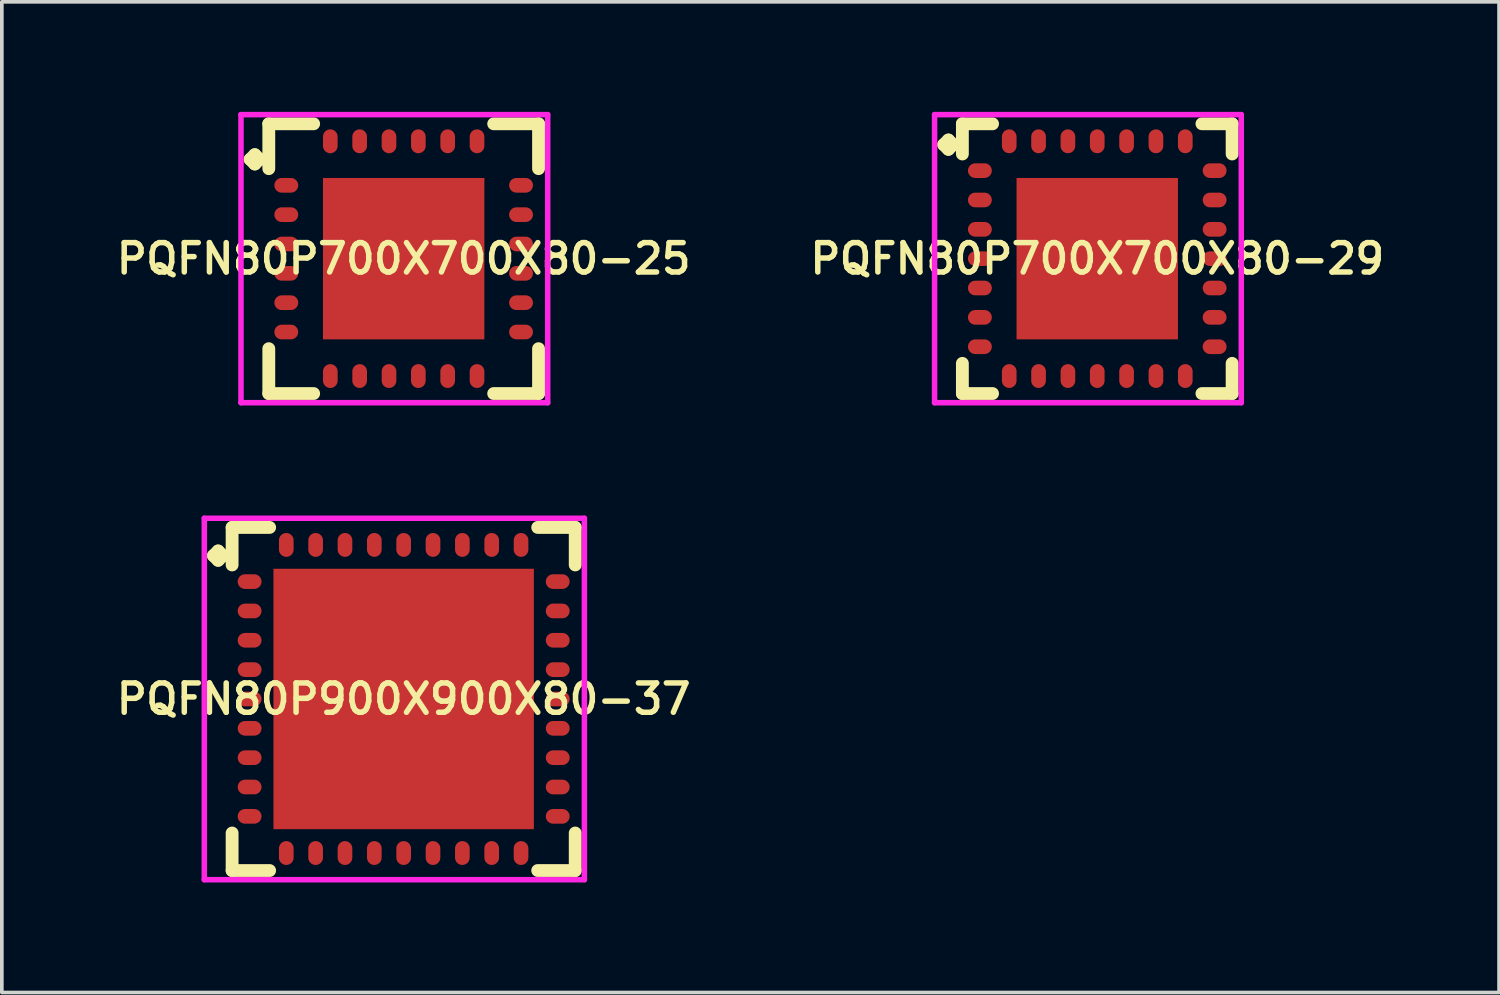
<source format=kicad_pcb>
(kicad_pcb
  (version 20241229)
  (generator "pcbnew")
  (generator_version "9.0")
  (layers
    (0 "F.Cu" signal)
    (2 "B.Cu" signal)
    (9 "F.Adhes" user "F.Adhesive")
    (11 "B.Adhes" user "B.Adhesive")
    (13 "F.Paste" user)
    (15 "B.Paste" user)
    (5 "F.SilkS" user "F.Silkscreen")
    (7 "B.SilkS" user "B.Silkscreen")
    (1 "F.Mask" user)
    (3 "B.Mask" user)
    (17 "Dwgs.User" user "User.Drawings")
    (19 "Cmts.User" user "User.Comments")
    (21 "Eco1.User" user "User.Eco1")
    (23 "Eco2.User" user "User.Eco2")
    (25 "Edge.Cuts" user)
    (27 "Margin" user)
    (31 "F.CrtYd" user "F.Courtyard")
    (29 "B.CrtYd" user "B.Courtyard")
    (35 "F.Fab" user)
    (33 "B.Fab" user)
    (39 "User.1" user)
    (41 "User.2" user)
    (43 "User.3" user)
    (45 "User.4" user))
  (footprint "PQFN80P700X700X80-29"
    (layer "F.Cu")
    (at 26.864 4.002)
    (property "Reference" "PQFN80P700X700X80-29" (at 0 0 0) (layer "F.SilkS") (effects (font (size 0.8 0.8) (thickness 0.15))))
    (attr smd)
    (fp_line (start -4.185 -3.108) (end -4.058 -3.235) (stroke (width 0.35) (type solid)) (layer "F.SilkS"))
    (fp_line (start -4.058 -3.235) (end -3.931 -3.108) (stroke (width 0.35) (type solid)) (layer "F.SilkS"))
    (fp_line (start -4.058 -2.981) (end -4.185 -3.108) (stroke (width 0.35) (type solid)) (layer "F.SilkS"))
    (fp_line (start -3.931 -3.108) (end -4.058 -2.981) (stroke (width 0.35) (type solid)) (layer "F.SilkS"))
    (fp_line (start -3.677 -3.677) (end -2.854 -3.677) (stroke (width 0.35) (type solid)) (layer "F.SilkS"))
    (fp_line (start -3.677 -2.854) (end -3.677 -3.677) (stroke (width 0.35) (type solid)) (layer "F.SilkS"))
    (fp_line (start -3.677 2.854) (end -3.677 3.677) (stroke (width 0.35) (type solid)) (layer "F.SilkS"))
    (fp_line (start -3.677 3.677) (end -2.854 3.677) (stroke (width 0.35) (type solid)) (layer "F.SilkS"))
    (fp_line (start 2.854 -3.677) (end 3.677 -3.677) (stroke (width 0.35) (type solid)) (layer "F.SilkS"))
    (fp_line (start 2.854 3.677) (end 3.677 3.677) (stroke (width 0.35) (type solid)) (layer "F.SilkS"))
    (fp_line (start 3.677 -3.677) (end 3.677 -2.854) (stroke (width 0.35) (type solid)) (layer "F.SilkS"))
    (fp_line (start 3.677 3.677) (end 3.677 2.854) (stroke (width 0.35) (type solid)) (layer "F.SilkS"))
    (fp_line (start -4.435 -3.927) (end 3.927 -3.927) (stroke (width 0.15) (type solid)) (layer "F.CrtYd"))
    (fp_line (start -4.435 3.927) (end -4.435 -3.927) (stroke (width 0.15) (type solid)) (layer "F.CrtYd"))
    (fp_line (start 3.927 -3.927) (end 3.927 3.927) (stroke (width 0.15) (type solid)) (layer "F.CrtYd"))
    (fp_line (start 3.927 3.927) (end -4.435 3.927) (stroke (width 0.15) (type solid)) (layer "F.CrtYd"))
    (pad "1" smd oval (at -3.2 -2.4) (size 0.65 0.4) (layers "F.Cu" "F.Mask" "F.Paste"))
    (pad "2" smd oval (at -3.2 -1.6) (size 0.65 0.4) (layers "F.Cu" "F.Mask" "F.Paste"))
    (pad "3" smd oval (at -3.2 -0.8) (size 0.65 0.4) (layers "F.Cu" "F.Mask" "F.Paste"))
    (pad "4" smd oval (at -3.2 0) (size 0.65 0.4) (layers "F.Cu" "F.Mask" "F.Paste"))
    (pad "5" smd oval (at -3.2 0.8) (size 0.65 0.4) (layers "F.Cu" "F.Mask" "F.Paste"))
    (pad "6" smd oval (at -3.2 1.6) (size 0.65 0.4) (layers "F.Cu" "F.Mask" "F.Paste"))
    (pad "7" smd oval (at -3.2 2.4) (size 0.65 0.4) (layers "F.Cu" "F.Mask" "F.Paste"))
    (pad "8" smd oval (at -2.4 3.2) (size 0.4 0.65) (layers "F.Cu" "F.Mask" "F.Paste"))
    (pad "9" smd oval (at -1.6 3.2) (size 0.4 0.65) (layers "F.Cu" "F.Mask" "F.Paste"))
    (pad "10" smd oval (at -0.8 3.2) (size 0.4 0.65) (layers "F.Cu" "F.Mask" "F.Paste"))
    (pad "11" smd oval (at 0 3.2) (size 0.4 0.65) (layers "F.Cu" "F.Mask" "F.Paste"))
    (pad "12" smd oval (at 0.8 3.2) (size 0.4 0.65) (layers "F.Cu" "F.Mask" "F.Paste"))
    (pad "13" smd oval (at 1.6 3.2) (size 0.4 0.65) (layers "F.Cu" "F.Mask" "F.Paste"))
    (pad "14" smd oval (at 2.4 3.2) (size 0.4 0.65) (layers "F.Cu" "F.Mask" "F.Paste"))
    (pad "15" smd oval (at 3.2 2.4) (size 0.65 0.4) (layers "F.Cu" "F.Mask" "F.Paste"))
    (pad "16" smd oval (at 3.2 1.6) (size 0.65 0.4) (layers "F.Cu" "F.Mask" "F.Paste"))
    (pad "17" smd oval (at 3.2 0.8) (size 0.65 0.4) (layers "F.Cu" "F.Mask" "F.Paste"))
    (pad "18" smd oval (at 3.2 0) (size 0.65 0.4) (layers "F.Cu" "F.Mask" "F.Paste"))
    (pad "19" smd oval (at 3.2 -0.8) (size 0.65 0.4) (layers "F.Cu" "F.Mask" "F.Paste"))
    (pad "20" smd oval (at 3.2 -1.6) (size 0.65 0.4) (layers "F.Cu" "F.Mask" "F.Paste"))
    (pad "21" smd oval (at 3.2 -2.4) (size 0.65 0.4) (layers "F.Cu" "F.Mask" "F.Paste"))
    (pad "22" smd oval (at 2.4 -3.2) (size 0.4 0.65) (layers "F.Cu" "F.Mask" "F.Paste"))
    (pad "23" smd oval (at 1.6 -3.2) (size 0.4 0.65) (layers "F.Cu" "F.Mask" "F.Paste"))
    (pad "24" smd oval (at 0.8 -3.2) (size 0.4 0.65) (layers "F.Cu" "F.Mask" "F.Paste"))
    (pad "25" smd oval (at 0 -3.2) (size 0.4 0.65) (layers "F.Cu" "F.Mask" "F.Paste"))
    (pad "26" smd oval (at -0.8 -3.2) (size 0.4 0.65) (layers "F.Cu" "F.Mask" "F.Paste"))
    (pad "27" smd oval (at -1.6 -3.2) (size 0.4 0.65) (layers "F.Cu" "F.Mask" "F.Paste"))
    (pad "28" smd oval (at -2.4 -3.2) (size 0.4 0.65) (layers "F.Cu" "F.Mask" "F.Paste"))
    (pad "29" smd rect (at 0 0) (size 4.4 4.4) (layers "F.Cu" "F.Mask" "F.Paste")))
  (footprint "PQFN80P900X900X80-37"
    (layer "F.Cu")
    (at 7.955 16.006)
    (property "Reference" "PQFN80P900X900X80-37" (at 0 0 0) (layer "F.SilkS") (effects (font (size 0.8 0.8) (thickness 0.15))))
    (attr smd)
    (fp_line (start -5.185 -3.908) (end -5.058 -4.035) (stroke (width 0.35) (type solid)) (layer "F.SilkS"))
    (fp_line (start -5.058 -4.035) (end -4.931 -3.908) (stroke (width 0.35) (type solid)) (layer "F.SilkS"))
    (fp_line (start -5.058 -3.781) (end -5.185 -3.908) (stroke (width 0.35) (type solid)) (layer "F.SilkS"))
    (fp_line (start -4.931 -3.908) (end -5.058 -3.781) (stroke (width 0.35) (type solid)) (layer "F.SilkS"))
    (fp_line (start -4.677 -4.677) (end -3.654 -4.677) (stroke (width 0.35) (type solid)) (layer "F.SilkS"))
    (fp_line (start -4.677 -3.654) (end -4.677 -4.677) (stroke (width 0.35) (type solid)) (layer "F.SilkS"))
    (fp_line (start -4.677 3.654) (end -4.677 4.677) (stroke (width 0.35) (type solid)) (layer "F.SilkS"))
    (fp_line (start -4.677 4.677) (end -3.654 4.677) (stroke (width 0.35) (type solid)) (layer "F.SilkS"))
    (fp_line (start 3.654 -4.677) (end 4.677 -4.677) (stroke (width 0.35) (type solid)) (layer "F.SilkS"))
    (fp_line (start 3.654 4.677) (end 4.677 4.677) (stroke (width 0.35) (type solid)) (layer "F.SilkS"))
    (fp_line (start 4.677 -4.677) (end 4.677 -3.654) (stroke (width 0.35) (type solid)) (layer "F.SilkS"))
    (fp_line (start 4.677 4.677) (end 4.677 3.654) (stroke (width 0.35) (type solid)) (layer "F.SilkS"))
    (fp_line (start -5.435 -4.927) (end 4.927 -4.927) (stroke (width 0.15) (type solid)) (layer "F.CrtYd"))
    (fp_line (start -5.435 4.927) (end -5.435 -4.927) (stroke (width 0.15) (type solid)) (layer "F.CrtYd"))
    (fp_line (start 4.927 -4.927) (end 4.927 4.927) (stroke (width 0.15) (type solid)) (layer "F.CrtYd"))
    (fp_line (start 4.927 4.927) (end -5.435 4.927) (stroke (width 0.15) (type solid)) (layer "F.CrtYd"))
    (pad "1" smd oval (at -4.2 -3.2) (size 0.65 0.4) (layers "F.Cu" "F.Mask" "F.Paste"))
    (pad "2" smd oval (at -4.2 -2.4) (size 0.65 0.4) (layers "F.Cu" "F.Mask" "F.Paste"))
    (pad "3" smd oval (at -4.2 -1.6) (size 0.65 0.4) (layers "F.Cu" "F.Mask" "F.Paste"))
    (pad "4" smd oval (at -4.2 -0.8) (size 0.65 0.4) (layers "F.Cu" "F.Mask" "F.Paste"))
    (pad "5" smd oval (at -4.2 0) (size 0.65 0.4) (layers "F.Cu" "F.Mask" "F.Paste"))
    (pad "6" smd oval (at -4.2 0.8) (size 0.65 0.4) (layers "F.Cu" "F.Mask" "F.Paste"))
    (pad "7" smd oval (at -4.2 1.6) (size 0.65 0.4) (layers "F.Cu" "F.Mask" "F.Paste"))
    (pad "8" smd oval (at -4.2 2.4) (size 0.65 0.4) (layers "F.Cu" "F.Mask" "F.Paste"))
    (pad "9" smd oval (at -4.2 3.2) (size 0.65 0.4) (layers "F.Cu" "F.Mask" "F.Paste"))
    (pad "10" smd oval (at -3.2 4.2) (size 0.4 0.65) (layers "F.Cu" "F.Mask" "F.Paste"))
    (pad "11" smd oval (at -2.4 4.2) (size 0.4 0.65) (layers "F.Cu" "F.Mask" "F.Paste"))
    (pad "12" smd oval (at -1.6 4.2) (size 0.4 0.65) (layers "F.Cu" "F.Mask" "F.Paste"))
    (pad "13" smd oval (at -0.8 4.2) (size 0.4 0.65) (layers "F.Cu" "F.Mask" "F.Paste"))
    (pad "14" smd oval (at 0 4.2) (size 0.4 0.65) (layers "F.Cu" "F.Mask" "F.Paste"))
    (pad "15" smd oval (at 0.8 4.2) (size 0.4 0.65) (layers "F.Cu" "F.Mask" "F.Paste"))
    (pad "16" smd oval (at 1.6 4.2) (size 0.4 0.65) (layers "F.Cu" "F.Mask" "F.Paste"))
    (pad "17" smd oval (at 2.4 4.2) (size 0.4 0.65) (layers "F.Cu" "F.Mask" "F.Paste"))
    (pad "18" smd oval (at 3.2 4.2) (size 0.4 0.65) (layers "F.Cu" "F.Mask" "F.Paste"))
    (pad "19" smd oval (at 4.2 3.2) (size 0.65 0.4) (layers "F.Cu" "F.Mask" "F.Paste"))
    (pad "20" smd oval (at 4.2 2.4) (size 0.65 0.4) (layers "F.Cu" "F.Mask" "F.Paste"))
    (pad "21" smd oval (at 4.2 1.6) (size 0.65 0.4) (layers "F.Cu" "F.Mask" "F.Paste"))
    (pad "22" smd oval (at 4.2 0.8) (size 0.65 0.4) (layers "F.Cu" "F.Mask" "F.Paste"))
    (pad "23" smd oval (at 4.2 0) (size 0.65 0.4) (layers "F.Cu" "F.Mask" "F.Paste"))
    (pad "24" smd oval (at 4.2 -0.8) (size 0.65 0.4) (layers "F.Cu" "F.Mask" "F.Paste"))
    (pad "25" smd oval (at 4.2 -1.6) (size 0.65 0.4) (layers "F.Cu" "F.Mask" "F.Paste"))
    (pad "26" smd oval (at 4.2 -2.4) (size 0.65 0.4) (layers "F.Cu" "F.Mask" "F.Paste"))
    (pad "27" smd oval (at 4.2 -3.2) (size 0.65 0.4) (layers "F.Cu" "F.Mask" "F.Paste"))
    (pad "28" smd oval (at 3.2 -4.2) (size 0.4 0.65) (layers "F.Cu" "F.Mask" "F.Paste"))
    (pad "29" smd oval (at 2.4 -4.2) (size 0.4 0.65) (layers "F.Cu" "F.Mask" "F.Paste"))
    (pad "30" smd oval (at 1.6 -4.2) (size 0.4 0.65) (layers "F.Cu" "F.Mask" "F.Paste"))
    (pad "31" smd oval (at 0.8 -4.2) (size 0.4 0.65) (layers "F.Cu" "F.Mask" "F.Paste"))
    (pad "32" smd oval (at 0 -4.2) (size 0.4 0.65) (layers "F.Cu" "F.Mask" "F.Paste"))
    (pad "33" smd oval (at -0.8 -4.2) (size 0.4 0.65) (layers "F.Cu" "F.Mask" "F.Paste"))
    (pad "34" smd oval (at -1.6 -4.2) (size 0.4 0.65) (layers "F.Cu" "F.Mask" "F.Paste"))
    (pad "35" smd oval (at -2.4 -4.2) (size 0.4 0.65) (layers "F.Cu" "F.Mask" "F.Paste"))
    (pad "36" smd oval (at -3.2 -4.2) (size 0.4 0.65) (layers "F.Cu" "F.Mask" "F.Paste"))
    (pad "37" smd rect (at 0 0) (size 7.1 7.1) (layers "F.Cu" "F.Mask" "F.Paste")))
  (footprint "PQFN80P700X700X80-25"
    (layer "F.Cu")
    (at 7.955 4.002)
    (property "Reference" "PQFN80P700X700X80-25" (at 0 0 0) (layer "F.SilkS") (effects (font (size 0.8 0.8) (thickness 0.15))))
    (attr smd)
    (fp_line (start -4.185 -2.708) (end -4.058 -2.835) (stroke (width 0.35) (type solid)) (layer "F.SilkS"))
    (fp_line (start -4.058 -2.835) (end -3.931 -2.708) (stroke (width 0.35) (type solid)) (layer "F.SilkS"))
    (fp_line (start -4.058 -2.581) (end -4.185 -2.708) (stroke (width 0.35) (type solid)) (layer "F.SilkS"))
    (fp_line (start -3.931 -2.708) (end -4.058 -2.581) (stroke (width 0.35) (type solid)) (layer "F.SilkS"))
    (fp_line (start -3.677 -3.677) (end -2.454 -3.677) (stroke (width 0.35) (type solid)) (layer "F.SilkS"))
    (fp_line (start -3.677 -2.454) (end -3.677 -3.677) (stroke (width 0.35) (type solid)) (layer "F.SilkS"))
    (fp_line (start -3.677 2.454) (end -3.677 3.677) (stroke (width 0.35) (type solid)) (layer "F.SilkS"))
    (fp_line (start -3.677 3.677) (end -2.454 3.677) (stroke (width 0.35) (type solid)) (layer "F.SilkS"))
    (fp_line (start 2.454 -3.677) (end 3.677 -3.677) (stroke (width 0.35) (type solid)) (layer "F.SilkS"))
    (fp_line (start 2.454 3.677) (end 3.677 3.677) (stroke (width 0.35) (type solid)) (layer "F.SilkS"))
    (fp_line (start 3.677 -3.677) (end 3.677 -2.454) (stroke (width 0.35) (type solid)) (layer "F.SilkS"))
    (fp_line (start 3.677 3.677) (end 3.677 2.454) (stroke (width 0.35) (type solid)) (layer "F.SilkS"))
    (fp_line (start -4.435 -3.927) (end 3.927 -3.927) (stroke (width 0.15) (type solid)) (layer "F.CrtYd"))
    (fp_line (start -4.435 3.927) (end -4.435 -3.927) (stroke (width 0.15) (type solid)) (layer "F.CrtYd"))
    (fp_line (start 3.927 -3.927) (end 3.927 3.927) (stroke (width 0.15) (type solid)) (layer "F.CrtYd"))
    (fp_line (start 3.927 3.927) (end -4.435 3.927) (stroke (width 0.15) (type solid)) (layer "F.CrtYd"))
    (pad "1" smd oval (at -3.2 -2) (size 0.65 0.4) (layers "F.Cu" "F.Mask" "F.Paste"))
    (pad "2" smd oval (at -3.2 -1.2) (size 0.65 0.4) (layers "F.Cu" "F.Mask" "F.Paste"))
    (pad "3" smd oval (at -3.2 -0.4) (size 0.65 0.4) (layers "F.Cu" "F.Mask" "F.Paste"))
    (pad "4" smd oval (at -3.2 0.4) (size 0.65 0.4) (layers "F.Cu" "F.Mask" "F.Paste"))
    (pad "5" smd oval (at -3.2 1.2) (size 0.65 0.4) (layers "F.Cu" "F.Mask" "F.Paste"))
    (pad "6" smd oval (at -3.2 2) (size 0.65 0.4) (layers "F.Cu" "F.Mask" "F.Paste"))
    (pad "7" smd oval (at -2 3.2) (size 0.4 0.65) (layers "F.Cu" "F.Mask" "F.Paste"))
    (pad "8" smd oval (at -1.2 3.2) (size 0.4 0.65) (layers "F.Cu" "F.Mask" "F.Paste"))
    (pad "9" smd oval (at -0.4 3.2) (size 0.4 0.65) (layers "F.Cu" "F.Mask" "F.Paste"))
    (pad "10" smd oval (at 0.4 3.2) (size 0.4 0.65) (layers "F.Cu" "F.Mask" "F.Paste"))
    (pad "11" smd oval (at 1.2 3.2) (size 0.4 0.65) (layers "F.Cu" "F.Mask" "F.Paste"))
    (pad "12" smd oval (at 2 3.2) (size 0.4 0.65) (layers "F.Cu" "F.Mask" "F.Paste"))
    (pad "13" smd oval (at 3.2 2) (size 0.65 0.4) (layers "F.Cu" "F.Mask" "F.Paste"))
    (pad "14" smd oval (at 3.2 1.2) (size 0.65 0.4) (layers "F.Cu" "F.Mask" "F.Paste"))
    (pad "15" smd oval (at 3.2 0.4) (size 0.65 0.4) (layers "F.Cu" "F.Mask" "F.Paste"))
    (pad "16" smd oval (at 3.2 -0.4) (size 0.65 0.4) (layers "F.Cu" "F.Mask" "F.Paste"))
    (pad "17" smd oval (at 3.2 -1.2) (size 0.65 0.4) (layers "F.Cu" "F.Mask" "F.Paste"))
    (pad "18" smd oval (at 3.2 -2) (size 0.65 0.4) (layers "F.Cu" "F.Mask" "F.Paste"))
    (pad "19" smd oval (at 2 -3.2) (size 0.4 0.65) (layers "F.Cu" "F.Mask" "F.Paste"))
    (pad "20" smd oval (at 1.2 -3.2) (size 0.4 0.65) (layers "F.Cu" "F.Mask" "F.Paste"))
    (pad "21" smd oval (at 0.4 -3.2) (size 0.4 0.65) (layers "F.Cu" "F.Mask" "F.Paste"))
    (pad "22" smd oval (at -0.4 -3.2) (size 0.4 0.65) (layers "F.Cu" "F.Mask" "F.Paste"))
    (pad "23" smd oval (at -1.2 -3.2) (size 0.4 0.65) (layers "F.Cu" "F.Mask" "F.Paste"))
    (pad "24" smd oval (at -2 -3.2) (size 0.4 0.65) (layers "F.Cu" "F.Mask" "F.Paste"))
    (pad "25" smd rect (at 0 0) (size 4.4 4.4) (layers "F.Cu" "F.Mask" "F.Paste")))
  (gr_rect
    (start -3 -3)
    (end 37.818 24.008)
    (stroke (width 0.1) (type default))
    (fill no)
    (layer "Edge.Cuts")))
</source>
